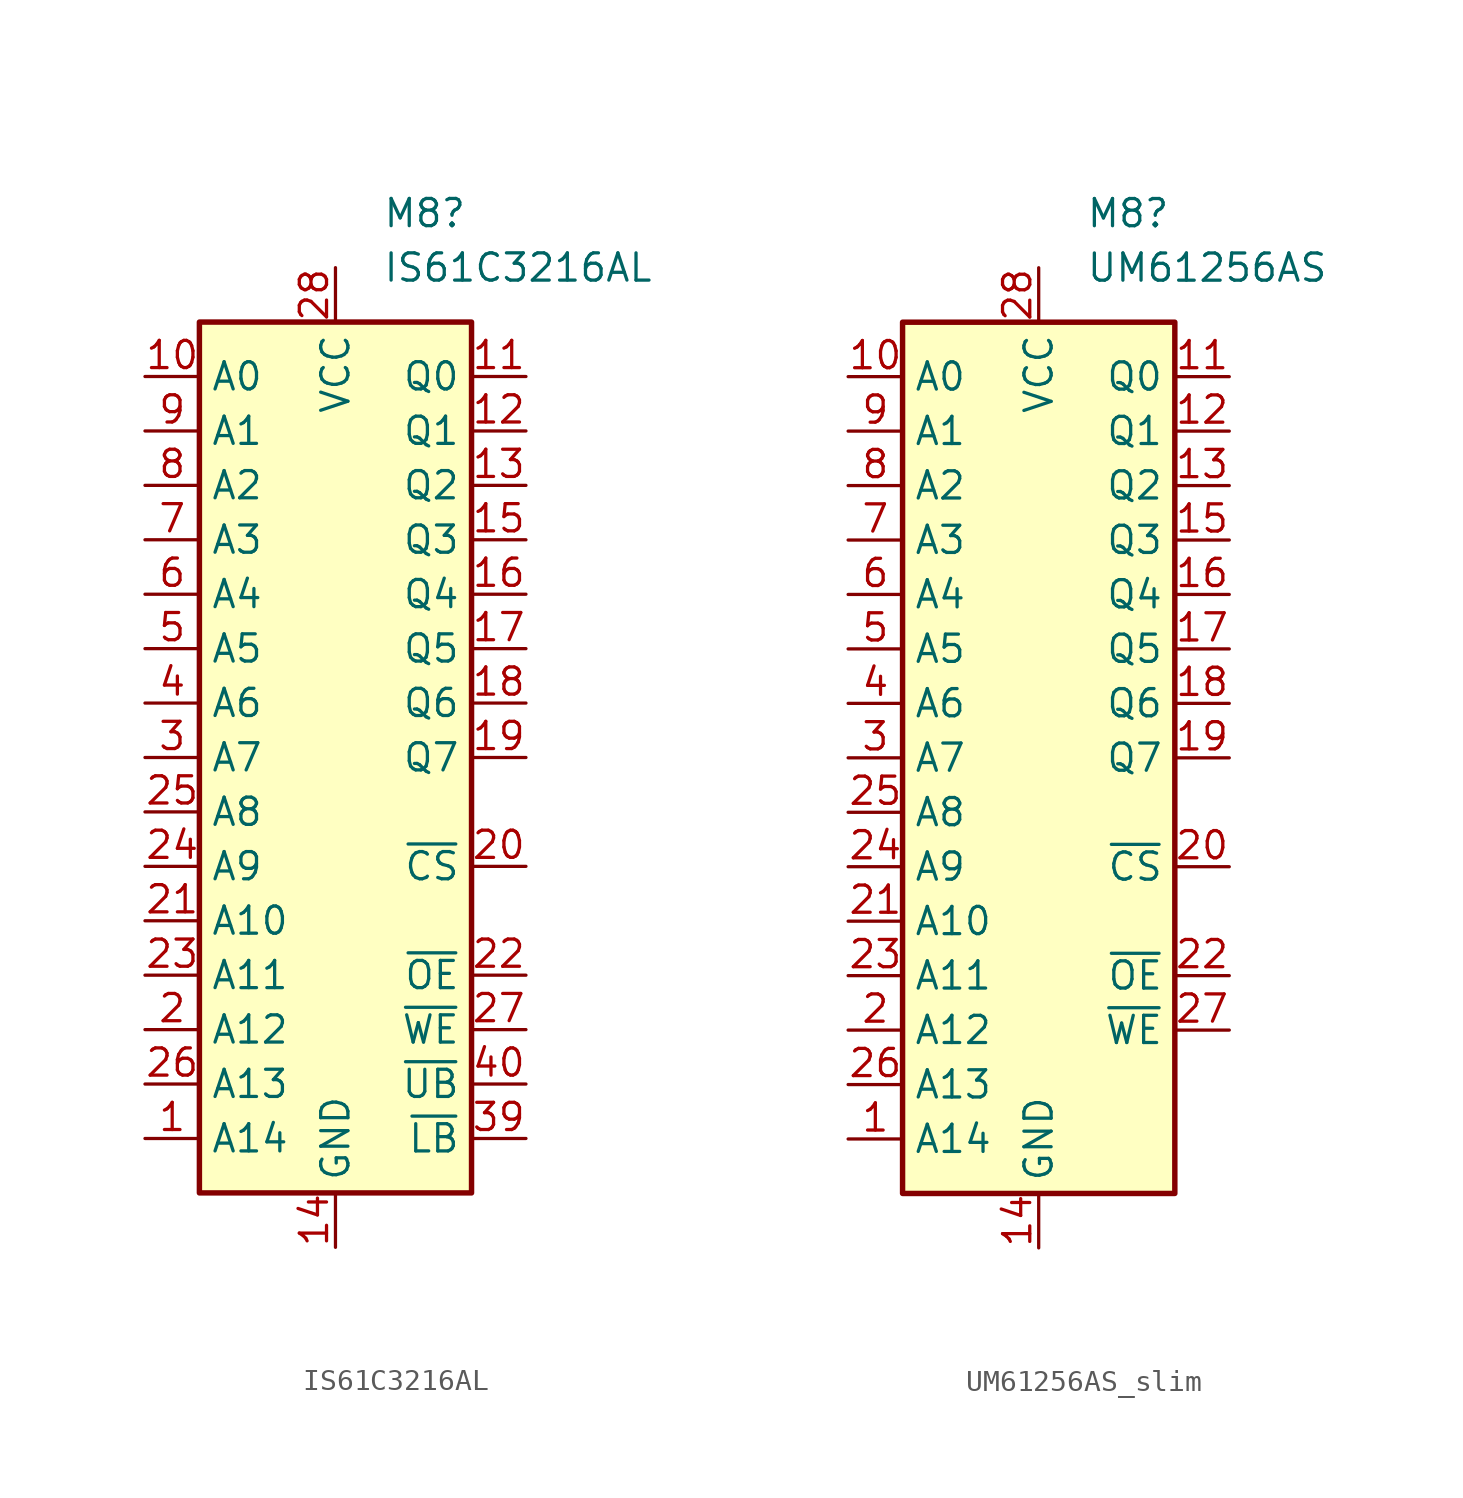
<source format=kicad_sym>
(kicad_symbol_lib
  (version 20231120)
  (generator "kicad_symbol_editor")
  (generator_version "8.0")
  (symbol "IS61C3216AL"
    (property "Reference" "M8"
      (at 2.194 25.4 0)
      (effects (font (size 1.27 1.27)) (justify left)))
    (property "Value" "IS61C3216AL"
      (at 2.194 22.86 0)
      (effects (font (size 1.27 1.27)) (justify left)))
    (symbol "IS61C3216AL_0_0"
      (pin power_in line (at 0 -22.86 90) (length 2.54) (name "GND" (effects (font (size 1.27 1.27)))) (number "14" (effects (font (size 1.27 1.27)))))
      (pin power_in line (at 0 22.86 270) (length 2.54) (name "VCC" (effects (font (size 1.27 1.27)))) (number "28" (effects (font (size 1.27 1.27))))))
    (symbol "IS61C3216AL_0_1"
      (rectangle (start -6.35 20.32) (end 6.35 -20.32) (stroke (width 0.254) (type default)) (fill (type background))))
    (symbol "IS61C3216AL_1_1"
      (pin input line (at -8.89 -17.78 0) (length 2.54) (name "A14" (effects (font (size 1.27 1.27)))) (number "1" (effects (font (size 1.27 1.27)))))
      (pin input line (at -8.89 17.78 0) (length 2.54) (name "A0" (effects (font (size 1.27 1.27)))) (number "10" (effects (font (size 1.27 1.27)))))
      (pin tri_state line (at 8.89 17.78 180) (length 2.54) (name "Q0" (effects (font (size 1.27 1.27)))) (number "11" (effects (font (size 1.27 1.27)))))
      (pin tri_state line (at 8.89 15.24 180) (length 2.54) (name "Q1" (effects (font (size 1.27 1.27)))) (number "12" (effects (font (size 1.27 1.27)))))
      (pin tri_state line (at 8.89 12.7 180) (length 2.54) (name "Q2" (effects (font (size 1.27 1.27)))) (number "13" (effects (font (size 1.27 1.27)))))
      (pin tri_state line (at 8.89 10.16 180) (length 2.54) (name "Q3" (effects (font (size 1.27 1.27)))) (number "15" (effects (font (size 1.27 1.27)))))
      (pin tri_state line (at 8.89 7.62 180) (length 2.54) (name "Q4" (effects (font (size 1.27 1.27)))) (number "16" (effects (font (size 1.27 1.27)))))
      (pin tri_state line (at 8.89 5.08 180) (length 2.54) (name "Q5" (effects (font (size 1.27 1.27)))) (number "17" (effects (font (size 1.27 1.27)))))
      (pin tri_state line (at 8.89 2.54 180) (length 2.54) (name "Q6" (effects (font (size 1.27 1.27)))) (number "18" (effects (font (size 1.27 1.27)))))
      (pin tri_state line (at 8.89 0 180) (length 2.54) (name "Q7" (effects (font (size 1.27 1.27)))) (number "19" (effects (font (size 1.27 1.27)))))
      (pin input line (at -8.89 -12.7 0) (length 2.54) (name "A12" (effects (font (size 1.27 1.27)))) (number "2" (effects (font (size 1.27 1.27)))))
      (pin input line (at 8.89 -5.08 180) (length 2.54) (name "~{CS}" (effects (font (size 1.27 1.27)))) (number "20" (effects (font (size 1.27 1.27)))))
      (pin input line (at -8.89 -7.62 0) (length 2.54) (name "A10" (effects (font (size 1.27 1.27)))) (number "21" (effects (font (size 1.27 1.27)))))
      (pin input line (at 8.89 -10.16 180) (length 2.54) (name "~{OE}" (effects (font (size 1.27 1.27)))) (number "22" (effects (font (size 1.27 1.27)))))
      (pin input line (at -8.89 -10.16 0) (length 2.54) (name "A11" (effects (font (size 1.27 1.27)))) (number "23" (effects (font (size 1.27 1.27)))))
      (pin input line (at -8.89 -5.08 0) (length 2.54) (name "A9" (effects (font (size 1.27 1.27)))) (number "24" (effects (font (size 1.27 1.27)))))
      (pin input line (at -8.89 -2.54 0) (length 2.54) (name "A8" (effects (font (size 1.27 1.27)))) (number "25" (effects (font (size 1.27 1.27)))))
      (pin input line (at -8.89 -15.24 0) (length 2.54) (name "A13" (effects (font (size 1.27 1.27)))) (number "26" (effects (font (size 1.27 1.27)))))
      (pin input line (at 8.89 -12.7 180) (length 2.54) (name "~{WE}" (effects (font (size 1.27 1.27)))) (number "27" (effects (font (size 1.27 1.27)))))
      (pin input line (at -8.89 0 0) (length 2.54) (name "A7" (effects (font (size 1.27 1.27)))) (number "3" (effects (font (size 1.27 1.27)))))
      (pin input line (at 8.89 -17.78 180) (length 2.54) (name "~{LB}" (effects (font (size 1.27 1.27)))) (number "39" (effects (font (size 1.27 1.27)))))
      (pin input line (at -8.89 2.54 0) (length 2.54) (name "A6" (effects (font (size 1.27 1.27)))) (number "4" (effects (font (size 1.27 1.27)))))
      (pin input line (at 8.89 -15.24 180) (length 2.54) (name "~{UB}" (effects (font (size 1.27 1.27)))) (number "40" (effects (font (size 1.27 1.27)))))
      (pin input line (at -8.89 5.08 0) (length 2.54) (name "A5" (effects (font (size 1.27 1.27)))) (number "5" (effects (font (size 1.27 1.27)))))
      (pin input line (at -8.89 7.62 0) (length 2.54) (name "A4" (effects (font (size 1.27 1.27)))) (number "6" (effects (font (size 1.27 1.27)))))
      (pin input line (at -8.89 10.16 0) (length 2.54) (name "A3" (effects (font (size 1.27 1.27)))) (number "7" (effects (font (size 1.27 1.27)))))
      (pin input line (at -8.89 12.7 0) (length 2.54) (name "A2" (effects (font (size 1.27 1.27)))) (number "8" (effects (font (size 1.27 1.27)))))
      (pin input line (at -8.89 15.24 0) (length 2.54) (name "A1" (effects (font (size 1.27 1.27)))) (number "9" (effects (font (size 1.27 1.27)))))))
  (symbol "UM61256AS_slim"
    (property "Reference" "M8"
      (at 2.194 25.4 0)
      (effects (font (size 1.27 1.27)) (justify left)))
    (property "Value" "UM61256AS"
      (at 2.194 22.86 0)
      (effects (font (size 1.27 1.27)) (justify left)))
    (symbol "UM61256AS_slim_0_0"
      (pin power_in line (at 0 -22.86 90) (length 2.54) (name "GND" (effects (font (size 1.27 1.27)))) (number "14" (effects (font (size 1.27 1.27)))))
      (pin power_in line (at 0 22.86 270) (length 2.54) (name "VCC" (effects (font (size 1.27 1.27)))) (number "28" (effects (font (size 1.27 1.27))))))
    (symbol "UM61256AS_slim_0_1"
      (rectangle (start -6.35 20.32) (end 6.35 -20.32) (stroke (width 0.254) (type default)) (fill (type background))))
    (symbol "UM61256AS_slim_1_1"
      (pin input line (at -8.89 -17.78 0) (length 2.54) (name "A14" (effects (font (size 1.27 1.27)))) (number "1" (effects (font (size 1.27 1.27)))))
      (pin input line (at -8.89 17.78 0) (length 2.54) (name "A0" (effects (font (size 1.27 1.27)))) (number "10" (effects (font (size 1.27 1.27)))))
      (pin tri_state line (at 8.89 17.78 180) (length 2.54) (name "Q0" (effects (font (size 1.27 1.27)))) (number "11" (effects (font (size 1.27 1.27)))))
      (pin tri_state line (at 8.89 15.24 180) (length 2.54) (name "Q1" (effects (font (size 1.27 1.27)))) (number "12" (effects (font (size 1.27 1.27)))))
      (pin tri_state line (at 8.89 12.7 180) (length 2.54) (name "Q2" (effects (font (size 1.27 1.27)))) (number "13" (effects (font (size 1.27 1.27)))))
      (pin tri_state line (at 8.89 10.16 180) (length 2.54) (name "Q3" (effects (font (size 1.27 1.27)))) (number "15" (effects (font (size 1.27 1.27)))))
      (pin tri_state line (at 8.89 7.62 180) (length 2.54) (name "Q4" (effects (font (size 1.27 1.27)))) (number "16" (effects (font (size 1.27 1.27)))))
      (pin tri_state line (at 8.89 5.08 180) (length 2.54) (name "Q5" (effects (font (size 1.27 1.27)))) (number "17" (effects (font (size 1.27 1.27)))))
      (pin tri_state line (at 8.89 2.54 180) (length 2.54) (name "Q6" (effects (font (size 1.27 1.27)))) (number "18" (effects (font (size 1.27 1.27)))))
      (pin tri_state line (at 8.89 0 180) (length 2.54) (name "Q7" (effects (font (size 1.27 1.27)))) (number "19" (effects (font (size 1.27 1.27)))))
      (pin input line (at -8.89 -12.7 0) (length 2.54) (name "A12" (effects (font (size 1.27 1.27)))) (number "2" (effects (font (size 1.27 1.27)))))
      (pin input line (at 8.89 -5.08 180) (length 2.54) (name "~{CS}" (effects (font (size 1.27 1.27)))) (number "20" (effects (font (size 1.27 1.27)))))
      (pin input line (at -8.89 -7.62 0) (length 2.54) (name "A10" (effects (font (size 1.27 1.27)))) (number "21" (effects (font (size 1.27 1.27)))))
      (pin input line (at 8.89 -10.16 180) (length 2.54) (name "~{OE}" (effects (font (size 1.27 1.27)))) (number "22" (effects (font (size 1.27 1.27)))))
      (pin input line (at -8.89 -10.16 0) (length 2.54) (name "A11" (effects (font (size 1.27 1.27)))) (number "23" (effects (font (size 1.27 1.27)))))
      (pin input line (at -8.89 -5.08 0) (length 2.54) (name "A9" (effects (font (size 1.27 1.27)))) (number "24" (effects (font (size 1.27 1.27)))))
      (pin input line (at -8.89 -2.54 0) (length 2.54) (name "A8" (effects (font (size 1.27 1.27)))) (number "25" (effects (font (size 1.27 1.27)))))
      (pin input line (at -8.89 -15.24 0) (length 2.54) (name "A13" (effects (font (size 1.27 1.27)))) (number "26" (effects (font (size 1.27 1.27)))))
      (pin input line (at 8.89 -12.7 180) (length 2.54) (name "~{WE}" (effects (font (size 1.27 1.27)))) (number "27" (effects (font (size 1.27 1.27)))))
      (pin input line (at -8.89 0 0) (length 2.54) (name "A7" (effects (font (size 1.27 1.27)))) (number "3" (effects (font (size 1.27 1.27)))))
      (pin input line (at -8.89 2.54 0) (length 2.54) (name "A6" (effects (font (size 1.27 1.27)))) (number "4" (effects (font (size 1.27 1.27)))))
      (pin input line (at -8.89 5.08 0) (length 2.54) (name "A5" (effects (font (size 1.27 1.27)))) (number "5" (effects (font (size 1.27 1.27)))))
      (pin input line (at -8.89 7.62 0) (length 2.54) (name "A4" (effects (font (size 1.27 1.27)))) (number "6" (effects (font (size 1.27 1.27)))))
      (pin input line (at -8.89 10.16 0) (length 2.54) (name "A3" (effects (font (size 1.27 1.27)))) (number "7" (effects (font (size 1.27 1.27)))))
      (pin input line (at -8.89 12.7 0) (length 2.54) (name "A2" (effects (font (size 1.27 1.27)))) (number "8" (effects (font (size 1.27 1.27)))))
      (pin input line (at -8.89 15.24 0) (length 2.54) (name "A1" (effects (font (size 1.27 1.27)))) (number "9" (effects (font (size 1.27 1.27))))))))
</source>
